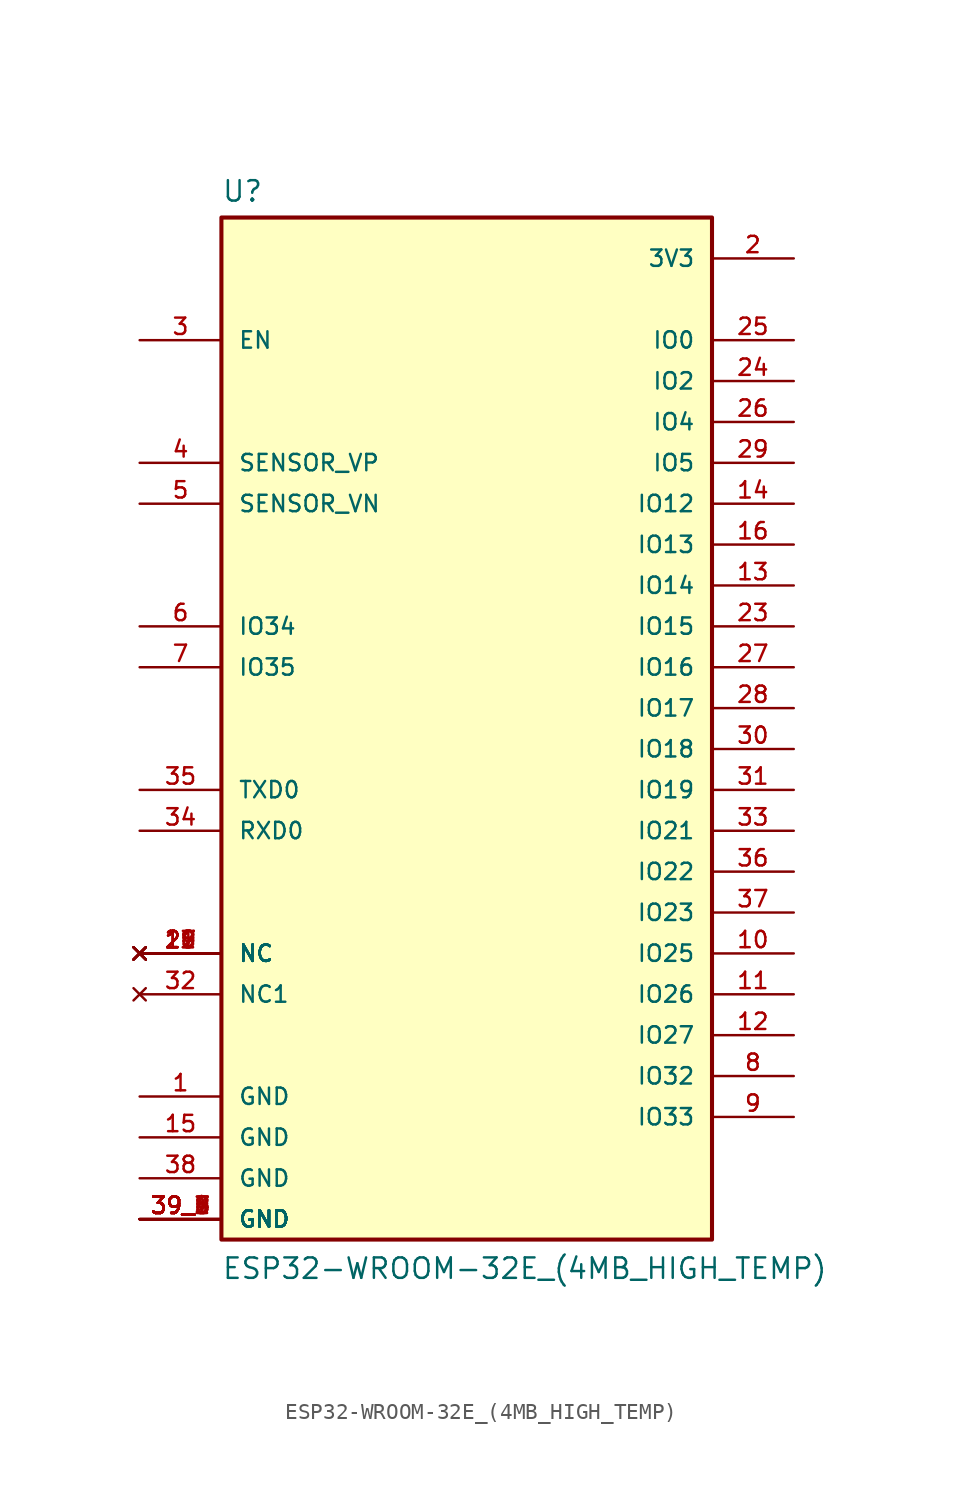
<source format=kicad_sym>
(kicad_symbol_lib
  (version 20220914)
  (generator kicad_symbol_editor)
  (symbol "ESP32-WROOM-32E_(4MB_HIGH_TEMP)"
    (pin_names
      (offset 1.016))
    (property "Reference" "U"
      (at -15.24 33.909 0)
      (effects (font (size 1.27 1.27)) (justify left bottom)))
    (property "Value" "ESP32-WROOM-32E_(4MB_HIGH_TEMP)"
      (at -15.24 -33.02 0)
      (effects (font (size 1.27 1.27)) (justify left bottom)))
    (symbol "ESP32-WROOM-32E_(4MB_HIGH_TEMP)_0_0"
      (rectangle (start -15.24 -30.48) (end 15.24 33.02) (stroke (width 0.254) (type default)) (fill (type background)))
      (pin power_in line (at -20.32 -21.59 0) (length 5.08) (name "GND" (effects (font (size 1.016 1.016)))) (number "1" (effects (font (size 1.016 1.016)))))
      (pin bidirectional line (at 20.32 -12.7 180) (length 5.08) (name "IO25" (effects (font (size 1.016 1.016)))) (number "10" (effects (font (size 1.016 1.016)))))
      (pin bidirectional line (at 20.32 -15.24 180) (length 5.08) (name "IO26" (effects (font (size 1.016 1.016)))) (number "11" (effects (font (size 1.016 1.016)))))
      (pin bidirectional line (at 20.32 -17.78 180) (length 5.08) (name "IO27" (effects (font (size 1.016 1.016)))) (number "12" (effects (font (size 1.016 1.016)))))
      (pin bidirectional line (at 20.32 10.16 180) (length 5.08) (name "IO14" (effects (font (size 1.016 1.016)))) (number "13" (effects (font (size 1.016 1.016)))))
      (pin bidirectional line (at 20.32 15.24 180) (length 5.08) (name "IO12" (effects (font (size 1.016 1.016)))) (number "14" (effects (font (size 1.016 1.016)))))
      (pin power_in line (at -20.32 -24.13 0) (length 5.08) (name "GND" (effects (font (size 1.016 1.016)))) (number "15" (effects (font (size 1.016 1.016)))))
      (pin bidirectional line (at 20.32 12.7 180) (length 5.08) (name "IO13" (effects (font (size 1.016 1.016)))) (number "16" (effects (font (size 1.016 1.016)))))
      (pin no_connect line (at -20.32 -12.7 0) (length 5.08) (name "NC" (effects (font (size 1.016 1.016)))) (number "17" (effects (font (size 1.016 1.016)))))
      (pin no_connect line (at -20.32 -12.7 0) (length 5.08) (name "NC" (effects (font (size 1.016 1.016)))) (number "18" (effects (font (size 1.016 1.016)))))
      (pin no_connect line (at -20.32 -12.7 0) (length 5.08) (name "NC" (effects (font (size 1.016 1.016)))) (number "19" (effects (font (size 1.016 1.016)))))
      (pin power_in line (at 20.32 30.48 180) (length 5.08) (name "3V3" (effects (font (size 1.016 1.016)))) (number "2" (effects (font (size 1.016 1.016)))))
      (pin no_connect line (at -20.32 -12.7 0) (length 5.08) (name "NC" (effects (font (size 1.016 1.016)))) (number "20" (effects (font (size 1.016 1.016)))))
      (pin no_connect line (at -20.32 -12.7 0) (length 5.08) (name "NC" (effects (font (size 1.016 1.016)))) (number "21" (effects (font (size 1.016 1.016)))))
      (pin no_connect line (at -20.32 -12.7 0) (length 5.08) (name "NC" (effects (font (size 1.016 1.016)))) (number "22" (effects (font (size 1.016 1.016)))))
      (pin bidirectional line (at 20.32 7.62 180) (length 5.08) (name "IO15" (effects (font (size 1.016 1.016)))) (number "23" (effects (font (size 1.016 1.016)))))
      (pin bidirectional line (at 20.32 22.86 180) (length 5.08) (name "IO2" (effects (font (size 1.016 1.016)))) (number "24" (effects (font (size 1.016 1.016)))))
      (pin bidirectional line (at 20.32 25.4 180) (length 5.08) (name "IO0" (effects (font (size 1.016 1.016)))) (number "25" (effects (font (size 1.016 1.016)))))
      (pin bidirectional line (at 20.32 20.32 180) (length 5.08) (name "IO4" (effects (font (size 1.016 1.016)))) (number "26" (effects (font (size 1.016 1.016)))))
      (pin bidirectional line (at 20.32 5.08 180) (length 5.08) (name "IO16" (effects (font (size 1.016 1.016)))) (number "27" (effects (font (size 1.016 1.016)))))
      (pin bidirectional line (at 20.32 2.54 180) (length 5.08) (name "IO17" (effects (font (size 1.016 1.016)))) (number "28" (effects (font (size 1.016 1.016)))))
      (pin bidirectional line (at 20.32 17.78 180) (length 5.08) (name "IO5" (effects (font (size 1.016 1.016)))) (number "29" (effects (font (size 1.016 1.016)))))
      (pin input line (at -20.32 25.4 0) (length 5.08) (name "EN" (effects (font (size 1.016 1.016)))) (number "3" (effects (font (size 1.016 1.016)))))
      (pin bidirectional line (at 20.32 0 180) (length 5.08) (name "IO18" (effects (font (size 1.016 1.016)))) (number "30" (effects (font (size 1.016 1.016)))))
      (pin bidirectional line (at 20.32 -2.54 180) (length 5.08) (name "IO19" (effects (font (size 1.016 1.016)))) (number "31" (effects (font (size 1.016 1.016)))))
      (pin no_connect line (at -20.32 -15.24 0) (length 5.08) (name "NC1" (effects (font (size 1.016 1.016)))) (number "32" (effects (font (size 1.016 1.016)))))
      (pin bidirectional line (at 20.32 -5.08 180) (length 5.08) (name "IO21" (effects (font (size 1.016 1.016)))) (number "33" (effects (font (size 1.016 1.016)))))
      (pin bidirectional line (at -20.32 -5.08 0) (length 5.08) (name "RXD0" (effects (font (size 1.016 1.016)))) (number "34" (effects (font (size 1.016 1.016)))))
      (pin bidirectional line (at -20.32 -2.54 0) (length 5.08) (name "TXD0" (effects (font (size 1.016 1.016)))) (number "35" (effects (font (size 1.016 1.016)))))
      (pin bidirectional line (at 20.32 -7.62 180) (length 5.08) (name "IO22" (effects (font (size 1.016 1.016)))) (number "36" (effects (font (size 1.016 1.016)))))
      (pin bidirectional line (at 20.32 -10.16 180) (length 5.08) (name "IO23" (effects (font (size 1.016 1.016)))) (number "37" (effects (font (size 1.016 1.016)))))
      (pin power_in line (at -20.32 -26.67 0) (length 5.08) (name "GND" (effects (font (size 1.016 1.016)))) (number "38" (effects (font (size 1.016 1.016)))))
      (pin power_in line (at -20.32 -29.21 0) (length 5.08) (name "GND" (effects (font (size 1.016 1.016)))) (number "39_1" (effects (font (size 1.016 1.016)))))
      (pin power_in line (at -20.32 -29.21 0) (length 5.08) (name "GND" (effects (font (size 1.016 1.016)))) (number "39_2" (effects (font (size 1.016 1.016)))))
      (pin power_in line (at -20.32 -29.21 0) (length 5.08) (name "GND" (effects (font (size 1.016 1.016)))) (number "39_3" (effects (font (size 1.016 1.016)))))
      (pin power_in line (at -20.32 -29.21 0) (length 5.08) (name "GND" (effects (font (size 1.016 1.016)))) (number "39_4" (effects (font (size 1.016 1.016)))))
      (pin power_in line (at -20.32 -29.21 0) (length 5.08) (name "GND" (effects (font (size 1.016 1.016)))) (number "39_5" (effects (font (size 1.016 1.016)))))
      (pin power_in line (at -20.32 -29.21 0) (length 5.08) (name "GND" (effects (font (size 1.016 1.016)))) (number "39_6" (effects (font (size 1.016 1.016)))))
      (pin power_in line (at -20.32 -29.21 0) (length 5.08) (name "GND" (effects (font (size 1.016 1.016)))) (number "39_7" (effects (font (size 1.016 1.016)))))
      (pin power_in line (at -20.32 -29.21 0) (length 5.08) (name "GND" (effects (font (size 1.016 1.016)))) (number "39_8" (effects (font (size 1.016 1.016)))))
      (pin power_in line (at -20.32 -29.21 0) (length 5.08) (name "GND" (effects (font (size 1.016 1.016)))) (number "39_9" (effects (font (size 1.016 1.016)))))
      (pin input line (at -20.32 17.78 0) (length 5.08) (name "SENSOR_VP" (effects (font (size 1.016 1.016)))) (number "4" (effects (font (size 1.016 1.016)))))
      (pin input line (at -20.32 15.24 0) (length 5.08) (name "SENSOR_VN" (effects (font (size 1.016 1.016)))) (number "5" (effects (font (size 1.016 1.016)))))
      (pin input line (at -20.32 7.62 0) (length 5.08) (name "IO34" (effects (font (size 1.016 1.016)))) (number "6" (effects (font (size 1.016 1.016)))))
      (pin input line (at -20.32 5.08 0) (length 5.08) (name "IO35" (effects (font (size 1.016 1.016)))) (number "7" (effects (font (size 1.016 1.016)))))
      (pin bidirectional line (at 20.32 -20.32 180) (length 5.08) (name "IO32" (effects (font (size 1.016 1.016)))) (number "8" (effects (font (size 1.016 1.016)))))
      (pin bidirectional line (at 20.32 -22.86 180) (length 5.08) (name "IO33" (effects (font (size 1.016 1.016)))) (number "9" (effects (font (size 1.016 1.016))))))))
</source>
